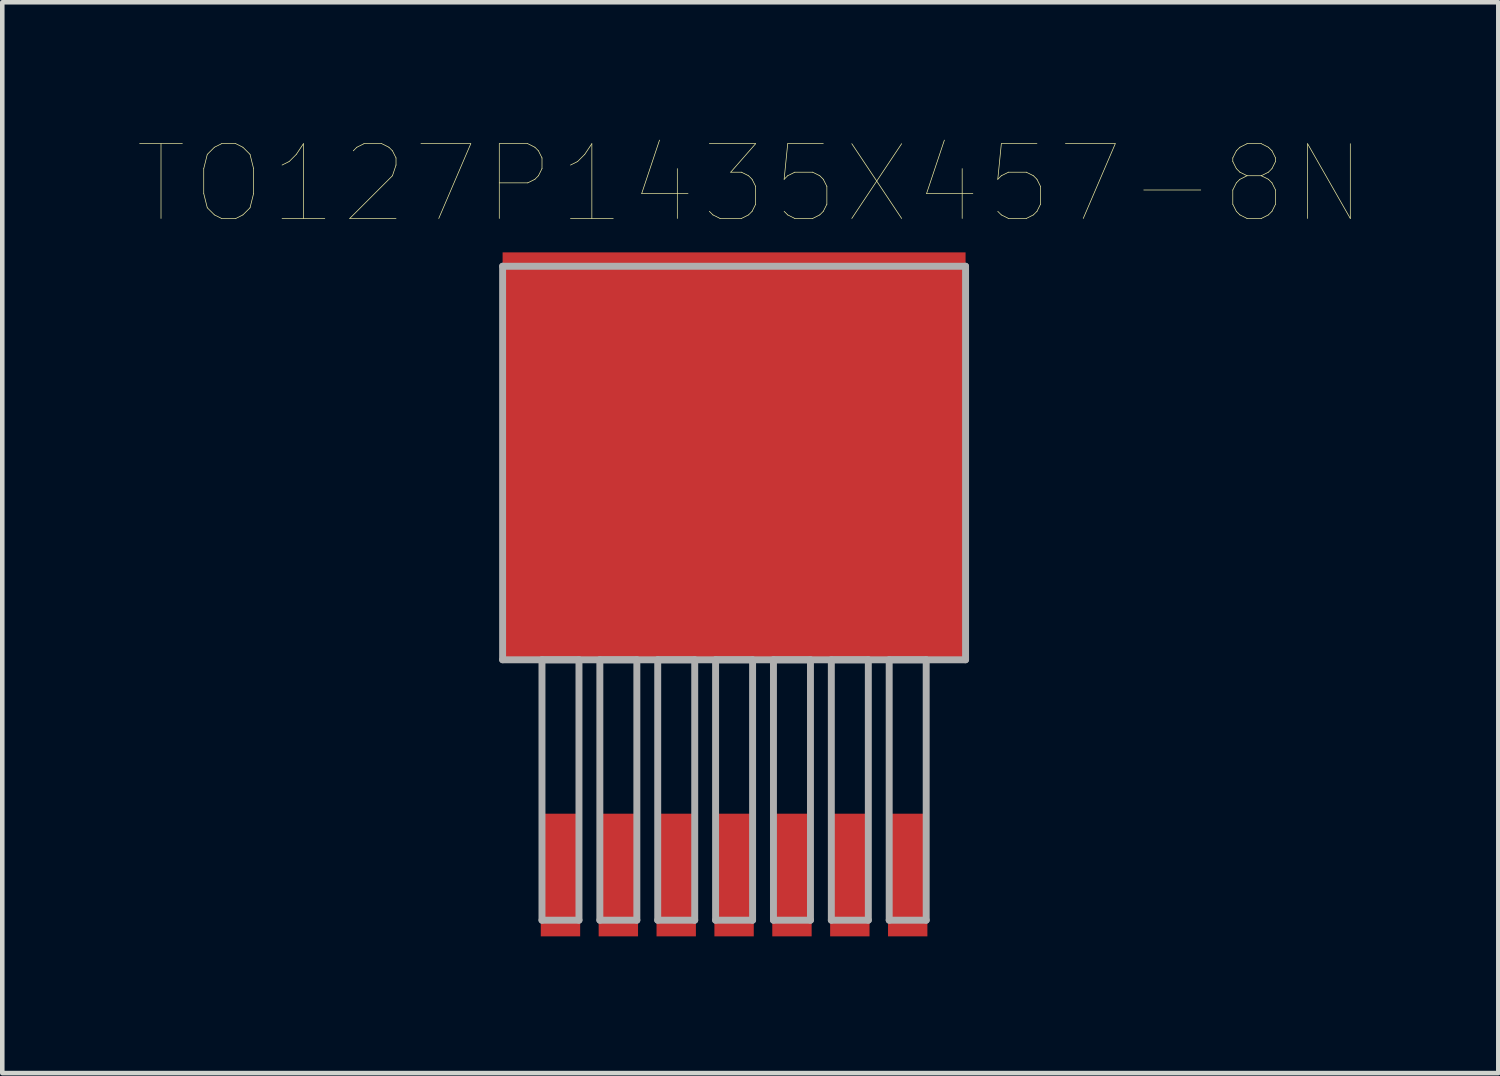
<source format=kicad_pcb>
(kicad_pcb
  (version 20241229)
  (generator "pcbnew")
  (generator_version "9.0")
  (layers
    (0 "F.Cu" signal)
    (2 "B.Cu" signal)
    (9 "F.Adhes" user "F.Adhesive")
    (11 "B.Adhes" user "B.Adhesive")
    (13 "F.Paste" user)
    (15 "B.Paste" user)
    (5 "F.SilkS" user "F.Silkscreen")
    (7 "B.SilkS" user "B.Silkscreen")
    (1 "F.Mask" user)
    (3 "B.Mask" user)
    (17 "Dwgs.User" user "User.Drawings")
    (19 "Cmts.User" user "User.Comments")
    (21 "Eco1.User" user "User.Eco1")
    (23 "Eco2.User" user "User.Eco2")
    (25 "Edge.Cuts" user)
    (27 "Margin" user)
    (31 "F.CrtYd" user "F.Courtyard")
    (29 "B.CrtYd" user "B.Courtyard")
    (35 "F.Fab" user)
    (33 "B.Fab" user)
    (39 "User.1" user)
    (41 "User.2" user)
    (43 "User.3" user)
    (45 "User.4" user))
  (footprint "TO127P1435X457-8N"
    (layer "F.Cu")
    (at 13.06 7.111)
    (property "Reference" "TO127P1435X457-8N" (at 0.356 -6.125 0) (layer "F.SilkS") (effects (font (size 1.641 1.641) (thickness 0.015))))
    (attr through_hole)
    (fp_line (start -5.08 -4.318) (end -5.08 4.318) (stroke (width 0.152) (type solid)) (layer "F.Fab"))
    (fp_line (start -5.08 4.318) (end 5.08 4.318) (stroke (width 0.152) (type solid)) (layer "F.Fab"))
    (fp_line (start -4.216 4.318) (end -4.216 10.033) (stroke (width 0.152) (type solid)) (layer "F.Fab"))
    (fp_line (start -4.216 10.033) (end -3.404 10.033) (stroke (width 0.152) (type solid)) (layer "F.Fab"))
    (fp_line (start -3.404 4.318) (end -4.216 4.318) (stroke (width 0.152) (type solid)) (layer "F.Fab"))
    (fp_line (start -3.404 10.033) (end -3.404 4.318) (stroke (width 0.152) (type solid)) (layer "F.Fab"))
    (fp_line (start -2.946 4.318) (end -2.946 10.033) (stroke (width 0.152) (type solid)) (layer "F.Fab"))
    (fp_line (start -2.946 10.033) (end -2.134 10.033) (stroke (width 0.152) (type solid)) (layer "F.Fab"))
    (fp_line (start -2.134 4.318) (end -2.946 4.318) (stroke (width 0.152) (type solid)) (layer "F.Fab"))
    (fp_line (start -2.134 10.033) (end -2.134 4.318) (stroke (width 0.152) (type solid)) (layer "F.Fab"))
    (fp_line (start -1.676 4.318) (end -1.676 10.033) (stroke (width 0.152) (type solid)) (layer "F.Fab"))
    (fp_line (start -1.676 10.033) (end -0.864 10.033) (stroke (width 0.152) (type solid)) (layer "F.Fab"))
    (fp_line (start -0.864 4.318) (end -1.676 4.318) (stroke (width 0.152) (type solid)) (layer "F.Fab"))
    (fp_line (start -0.864 10.033) (end -0.864 4.318) (stroke (width 0.152) (type solid)) (layer "F.Fab"))
    (fp_line (start -0.406 4.318) (end -0.406 10.033) (stroke (width 0.152) (type solid)) (layer "F.Fab"))
    (fp_line (start -0.406 10.033) (end 0.406 10.033) (stroke (width 0.152) (type solid)) (layer "F.Fab"))
    (fp_line (start 0.406 4.318) (end -0.406 4.318) (stroke (width 0.152) (type solid)) (layer "F.Fab"))
    (fp_line (start 0.406 10.033) (end 0.406 4.318) (stroke (width 0.152) (type solid)) (layer "F.Fab"))
    (fp_line (start 0.864 4.318) (end 0.864 10.033) (stroke (width 0.152) (type solid)) (layer "F.Fab"))
    (fp_line (start 0.864 10.033) (end 1.676 10.033) (stroke (width 0.152) (type solid)) (layer "F.Fab"))
    (fp_line (start 1.676 4.318) (end 0.864 4.318) (stroke (width 0.152) (type solid)) (layer "F.Fab"))
    (fp_line (start 1.676 10.033) (end 1.676 4.318) (stroke (width 0.152) (type solid)) (layer "F.Fab"))
    (fp_line (start 2.134 4.318) (end 2.134 10.033) (stroke (width 0.152) (type solid)) (layer "F.Fab"))
    (fp_line (start 2.134 10.033) (end 2.946 10.033) (stroke (width 0.152) (type solid)) (layer "F.Fab"))
    (fp_line (start 2.946 4.318) (end 2.134 4.318) (stroke (width 0.152) (type solid)) (layer "F.Fab"))
    (fp_line (start 2.946 10.033) (end 2.946 4.318) (stroke (width 0.152) (type solid)) (layer "F.Fab"))
    (fp_line (start 3.404 4.318) (end 3.404 10.033) (stroke (width 0.152) (type solid)) (layer "F.Fab"))
    (fp_line (start 3.404 10.033) (end 4.216 10.033) (stroke (width 0.152) (type solid)) (layer "F.Fab"))
    (fp_line (start 4.216 4.318) (end 3.404 4.318) (stroke (width 0.152) (type solid)) (layer "F.Fab"))
    (fp_line (start 4.216 10.033) (end 4.216 4.318) (stroke (width 0.152) (type solid)) (layer "F.Fab"))
    (fp_line (start 5.08 -4.318) (end -5.08 -4.318) (stroke (width 0.152) (type solid)) (layer "F.Fab"))
    (fp_line (start 5.08 4.318) (end 5.08 -4.318) (stroke (width 0.152) (type solid)) (layer "F.Fab"))
    (pad "1" smd rect (at -3.81 9.042) (size 0.864 2.692) (layers "F.Cu" "F.Mask" "F.Paste"))
    (pad "2" smd rect (at -2.54 9.042) (size 0.864 2.692) (layers "F.Cu" "F.Mask" "F.Paste"))
    (pad "3" smd rect (at -1.27 9.042) (size 0.864 2.692) (layers "F.Cu" "F.Mask" "F.Paste"))
    (pad "4" smd rect (at 0 9.042) (size 0.864 2.692) (layers "F.Cu" "F.Mask" "F.Paste"))
    (pad "5" smd rect (at 1.27 9.042) (size 0.864 2.692) (layers "F.Cu" "F.Mask" "F.Paste"))
    (pad "6" smd rect (at 2.54 9.042) (size 0.864 2.692) (layers "F.Cu" "F.Mask" "F.Paste"))
    (pad "7" smd rect (at 3.81 9.042) (size 0.864 2.692) (layers "F.Cu" "F.Mask" "F.Paste"))
    (pad "8" smd rect (at 0 -0.152) (size 10.16 8.941) (layers "F.Cu" "F.Mask" "F.Paste")))
  (gr_rect
    (start -3 -3)
    (end 29.831 20.5)
    (stroke (width 0.1) (type default))
    (fill no)
    (layer "Edge.Cuts")))
</source>
